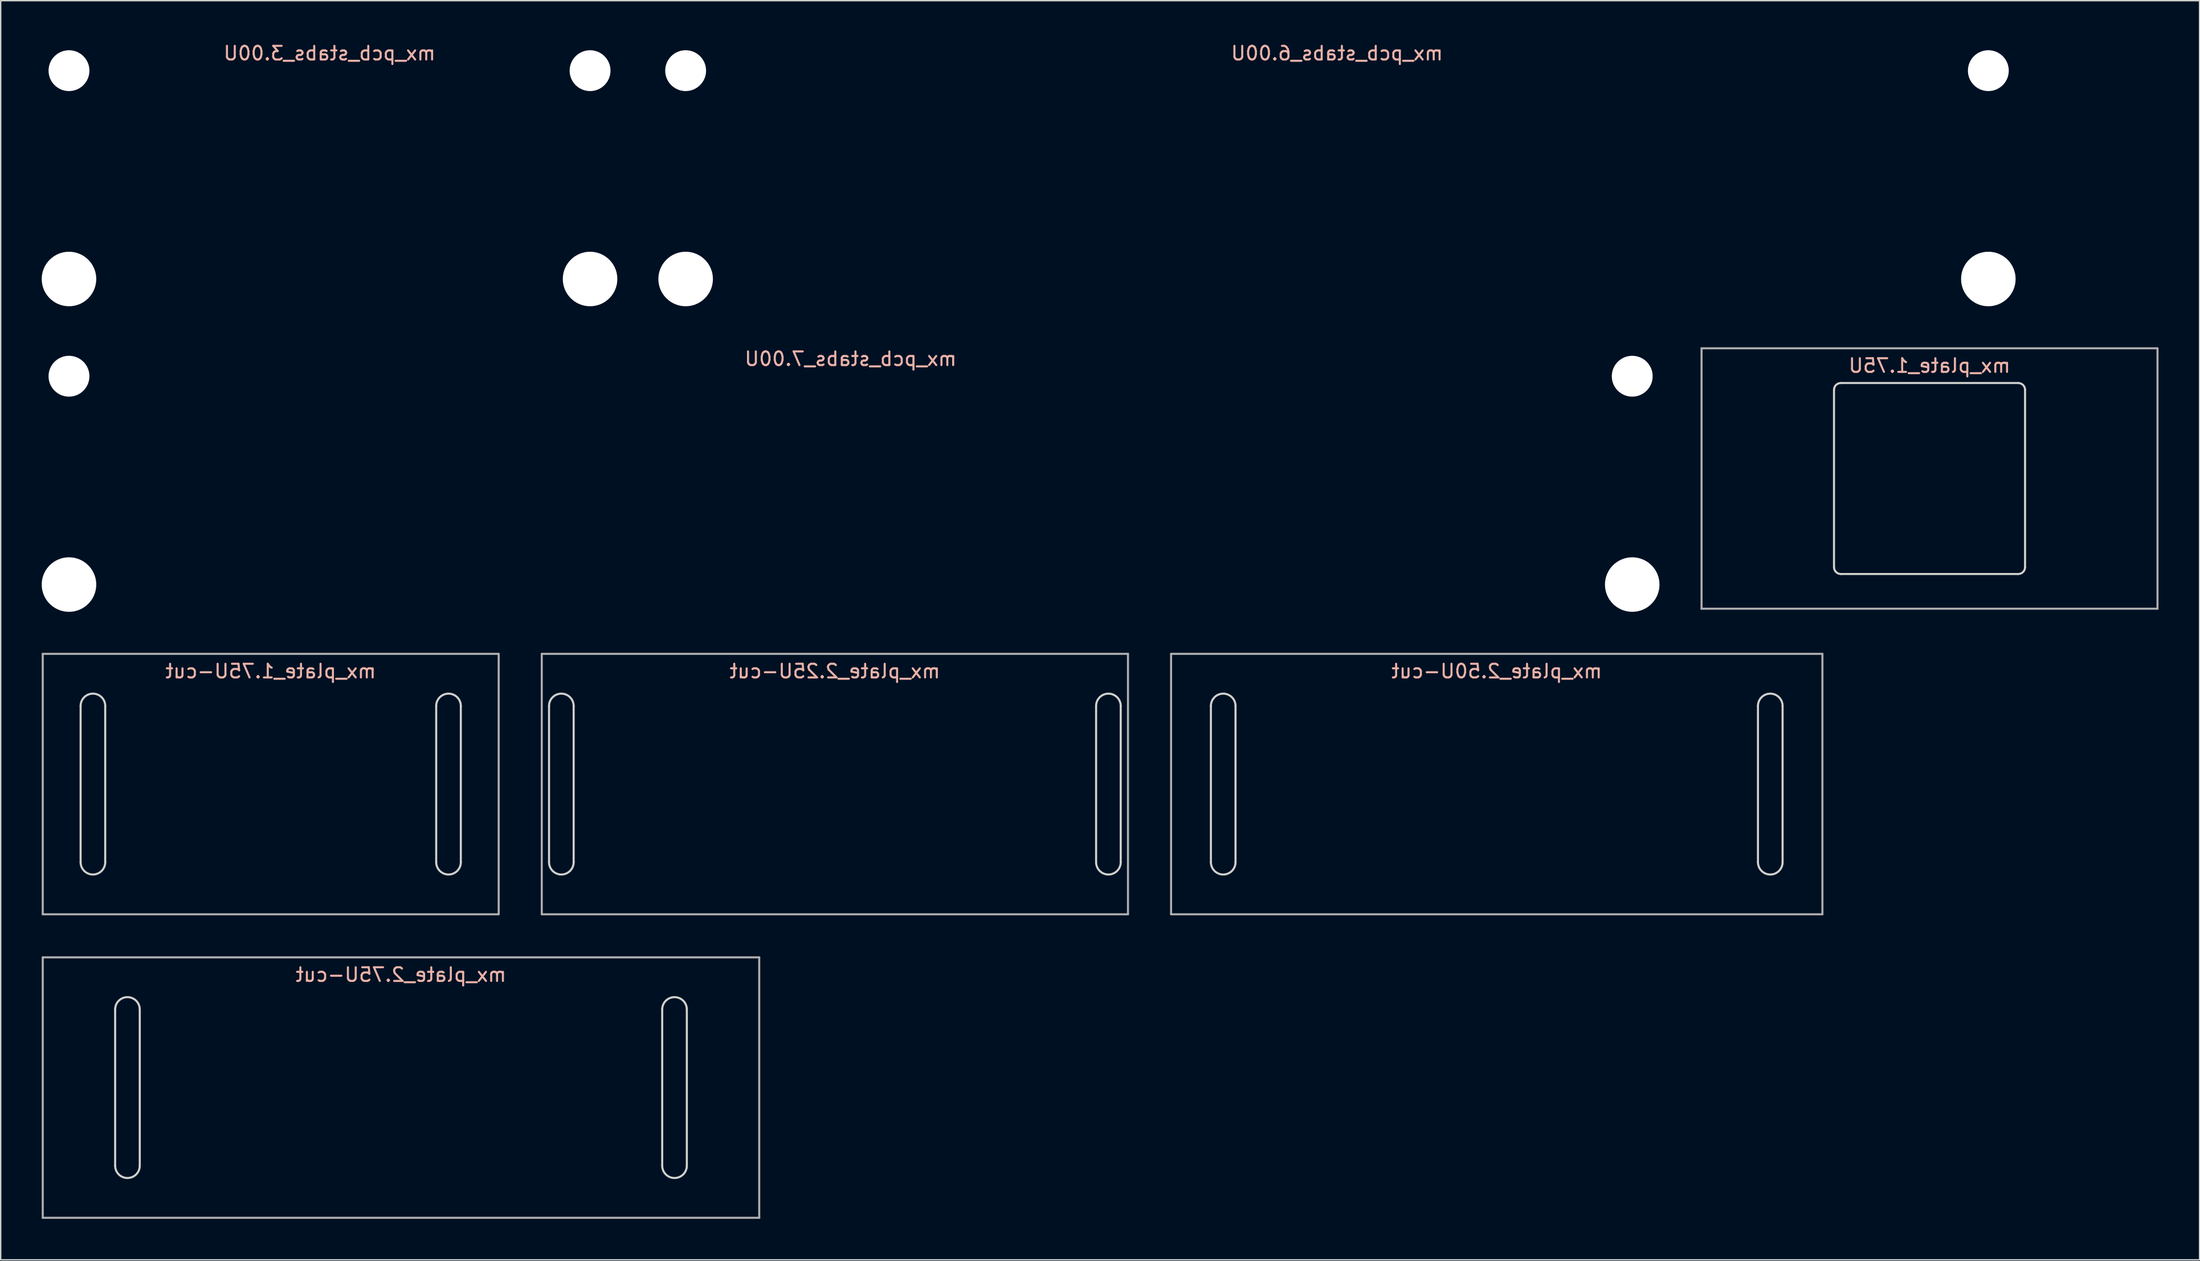
<source format=kicad_pcb>
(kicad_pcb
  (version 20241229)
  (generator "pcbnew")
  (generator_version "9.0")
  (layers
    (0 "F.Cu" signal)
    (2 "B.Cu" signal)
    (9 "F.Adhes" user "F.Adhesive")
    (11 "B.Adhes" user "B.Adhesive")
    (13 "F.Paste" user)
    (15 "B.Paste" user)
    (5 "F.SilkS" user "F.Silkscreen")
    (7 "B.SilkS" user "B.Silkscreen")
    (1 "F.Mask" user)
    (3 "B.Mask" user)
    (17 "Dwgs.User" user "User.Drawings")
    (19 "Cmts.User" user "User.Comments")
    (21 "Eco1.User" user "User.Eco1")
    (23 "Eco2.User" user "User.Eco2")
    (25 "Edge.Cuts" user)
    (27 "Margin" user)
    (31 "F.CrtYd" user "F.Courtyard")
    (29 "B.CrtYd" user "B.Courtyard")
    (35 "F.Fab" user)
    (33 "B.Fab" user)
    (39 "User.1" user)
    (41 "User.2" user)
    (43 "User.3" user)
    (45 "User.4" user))
  (footprint "mx_pcb_stabs_3.00U"
    (layer "F.Cu")
    (at 21.044 9.103)
    (property "Reference" "mx_pcb_stabs_3.00U" (at 0 -8.255 0) (layer "B.SilkS") (effects (font (size 1 1) (thickness 0.15)) (justify mirror)))
    (attr smd)
    (pad "" np_thru_hole circle (at -19.05 -6.985) (size 2.988 2.988) (drill 2.988) (layers "*.Cu" "*.Mask"))
    (pad "" np_thru_hole circle (at -19.05 8.255) (size 3.988 3.988) (drill 3.988) (layers "*.Cu" "*.Mask"))
    (pad "" np_thru_hole circle (at 19.05 -6.985) (size 2.988 2.988) (drill 2.988) (layers "*.Cu" "*.Mask"))
    (pad "" np_thru_hole circle (at 19.05 8.255) (size 3.988 3.988) (drill 3.988) (layers "*.Cu" "*.Mask")))
  (footprint "mx_plate_2.25U-cut"
    (layer "F.Cu")
    (at 57.994 54.304)
    (property "Reference" "mx_plate_2.25U-cut" (at 0 -8.255 0) (layer "B.SilkS") (effects (font (size 1 1) (thickness 0.15)) (justify mirror)))
    (attr smd)
    (fp_line (start -20.9 -5.715) (end -20.9 5.715) (stroke (width 0.15) (type solid)) (layer "Edge.Cuts"))
    (fp_line (start -19.1 -5.715) (end -19.1 5.715) (stroke (width 0.15) (type solid)) (layer "Edge.Cuts"))
    (fp_line (start 19.1 -5.715) (end 19.1 5.715) (stroke (width 0.15) (type solid)) (layer "Edge.Cuts"))
    (fp_line (start 20.9 -5.715) (end 20.9 5.715) (stroke (width 0.15) (type solid)) (layer "Edge.Cuts"))
    (fp_arc (start -20.9 -5.715) (mid -20 -6.615) (end -19.1 -5.715) (stroke (width 0.15) (type solid)) (layer "Edge.Cuts"))
    (fp_arc (start -19.1 5.715) (mid -20 6.615) (end -20.9 5.715) (stroke (width 0.15) (type solid)) (layer "Edge.Cuts"))
    (fp_arc (start 19.1 -5.715) (mid 20 -6.615) (end 20.9 -5.715) (stroke (width 0.15) (type solid)) (layer "Edge.Cuts"))
    (fp_arc (start 20.9 5.715) (mid 20 6.615) (end 19.1 5.715) (stroke (width 0.15) (type solid)) (layer "Edge.Cuts"))
    (fp_line (start -21.431 -9.525) (end 21.431 -9.525) (stroke (width 0.15) (type solid)) (layer "F.Fab"))
    (fp_line (start -21.431 9.525) (end -21.431 -9.525) (stroke (width 0.15) (type solid)) (layer "F.Fab"))
    (fp_line (start 21.431 -9.525) (end 21.431 9.525) (stroke (width 0.15) (type solid)) (layer "F.Fab"))
    (fp_line (start 21.431 9.525) (end -21.431 9.525) (stroke (width 0.15) (type solid)) (layer "F.Fab")))
  (footprint "mx_pcb_stabs_6.00U"
    (layer "F.Cu")
    (at 94.707 9.103)
    (property "Reference" "mx_pcb_stabs_6.00U" (at 0 -8.255 0) (layer "B.SilkS") (effects (font (size 1 1) (thickness 0.15)) (justify mirror)))
    (attr smd)
    (pad "" np_thru_hole circle (at -47.625 -6.985) (size 2.988 2.988) (drill 2.988) (layers "*.Cu" "*.Mask"))
    (pad "" np_thru_hole circle (at -47.625 8.255) (size 3.988 3.988) (drill 3.988) (layers "*.Cu" "*.Mask"))
    (pad "" np_thru_hole circle (at 47.625 -6.985) (size 2.988 2.988) (drill 2.988) (layers "*.Cu" "*.Mask"))
    (pad "" np_thru_hole circle (at 47.625 8.255) (size 3.988 3.988) (drill 3.988) (layers "*.Cu" "*.Mask")))
  (footprint "mx_pcb_stabs_7.00U"
    (layer "F.Cu")
    (at 59.144 31.455)
    (property "Reference" "mx_pcb_stabs_7.00U" (at 0 -8.255 0) (layer "B.SilkS") (effects (font (size 1 1) (thickness 0.15)) (justify mirror)))
    (attr smd)
    (pad "" np_thru_hole circle (at -57.15 -6.985) (size 2.988 2.988) (drill 2.988) (layers "*.Cu" "*.Mask"))
    (pad "" np_thru_hole circle (at -57.15 8.255) (size 3.988 3.988) (drill 3.988) (layers "*.Cu" "*.Mask"))
    (pad "" np_thru_hole circle (at 57.15 -6.985) (size 2.988 2.988) (drill 2.988) (layers "*.Cu" "*.Mask"))
    (pad "" np_thru_hole circle (at 57.15 8.255) (size 3.988 3.988) (drill 3.988) (layers "*.Cu" "*.Mask")))
  (footprint "mx_plate_2.75U-cut"
    (layer "F.Cu")
    (at 26.269 76.504)
    (property "Reference" "mx_plate_2.75U-cut" (at 0 -8.255 0) (layer "B.SilkS") (effects (font (size 1 1) (thickness 0.15)) (justify mirror)))
    (attr smd)
    (fp_line (start -20.9 -5.715) (end -20.9 5.715) (stroke (width 0.15) (type solid)) (layer "Edge.Cuts"))
    (fp_line (start -19.1 -5.715) (end -19.1 5.715) (stroke (width 0.15) (type solid)) (layer "Edge.Cuts"))
    (fp_line (start 19.1 -5.715) (end 19.1 5.715) (stroke (width 0.15) (type solid)) (layer "Edge.Cuts"))
    (fp_line (start 20.9 -5.715) (end 20.9 5.715) (stroke (width 0.15) (type solid)) (layer "Edge.Cuts"))
    (fp_arc (start -20.9 -5.715) (mid -20 -6.615) (end -19.1 -5.715) (stroke (width 0.15) (type solid)) (layer "Edge.Cuts"))
    (fp_arc (start -19.1 5.715) (mid -20 6.615) (end -20.9 5.715) (stroke (width 0.15) (type solid)) (layer "Edge.Cuts"))
    (fp_arc (start 19.1 -5.715) (mid 20 -6.615) (end 20.9 -5.715) (stroke (width 0.15) (type solid)) (layer "Edge.Cuts"))
    (fp_arc (start 20.9 5.715) (mid 20 6.615) (end 19.1 5.715) (stroke (width 0.15) (type solid)) (layer "Edge.Cuts"))
    (fp_line (start -26.194 -9.525) (end 26.194 -9.525) (stroke (width 0.15) (type solid)) (layer "F.Fab"))
    (fp_line (start -26.194 9.525) (end -26.194 -9.525) (stroke (width 0.15) (type solid)) (layer "F.Fab"))
    (fp_line (start 26.194 -9.525) (end 26.194 9.525) (stroke (width 0.15) (type solid)) (layer "F.Fab"))
    (fp_line (start 26.194 9.525) (end -26.194 9.525) (stroke (width 0.15) (type solid)) (layer "F.Fab")))
  (footprint "mx_plate_2.50U-cut"
    (layer "F.Cu")
    (at 106.388 54.304)
    (property "Reference" "mx_plate_2.50U-cut" (at 0 -8.255 0) (layer "B.SilkS") (effects (font (size 1 1) (thickness 0.15)) (justify mirror)))
    (attr smd)
    (fp_line (start -20.9 -5.715) (end -20.9 5.715) (stroke (width 0.15) (type solid)) (layer "Edge.Cuts"))
    (fp_line (start -19.1 -5.715) (end -19.1 5.715) (stroke (width 0.15) (type solid)) (layer "Edge.Cuts"))
    (fp_line (start 19.1 -5.715) (end 19.1 5.715) (stroke (width 0.15) (type solid)) (layer "Edge.Cuts"))
    (fp_line (start 20.9 -5.715) (end 20.9 5.715) (stroke (width 0.15) (type solid)) (layer "Edge.Cuts"))
    (fp_arc (start -20.9 -5.715) (mid -20 -6.615) (end -19.1 -5.715) (stroke (width 0.15) (type solid)) (layer "Edge.Cuts"))
    (fp_arc (start -19.1 5.715) (mid -20 6.615) (end -20.9 5.715) (stroke (width 0.15) (type solid)) (layer "Edge.Cuts"))
    (fp_arc (start 19.1 -5.715) (mid 20 -6.615) (end 20.9 -5.715) (stroke (width 0.15) (type solid)) (layer "Edge.Cuts"))
    (fp_arc (start 20.9 5.715) (mid 20 6.615) (end 19.1 5.715) (stroke (width 0.15) (type solid)) (layer "Edge.Cuts"))
    (fp_line (start -23.812 -9.525) (end 23.812 -9.525) (stroke (width 0.15) (type solid)) (layer "F.Fab"))
    (fp_line (start -23.812 9.525) (end -23.812 -9.525) (stroke (width 0.15) (type solid)) (layer "F.Fab"))
    (fp_line (start 23.812 -9.525) (end 23.812 9.525) (stroke (width 0.15) (type solid)) (layer "F.Fab"))
    (fp_line (start 23.812 9.525) (end -23.812 9.525) (stroke (width 0.15) (type solid)) (layer "F.Fab")))
  (footprint "mx_plate_1.75U-cut"
    (layer "F.Cu")
    (at 16.744 54.304)
    (property "Reference" "mx_plate_1.75U-cut" (at 0 -8.255 0) (layer "B.SilkS") (effects (font (size 1 1) (thickness 0.15)) (justify mirror)))
    (attr smd)
    (fp_line (start -13.9 -5.715) (end -13.9 5.715) (stroke (width 0.15) (type solid)) (layer "Edge.Cuts"))
    (fp_line (start -12.1 -5.715) (end -12.1 5.715) (stroke (width 0.15) (type solid)) (layer "Edge.Cuts"))
    (fp_line (start 12.1 -5.715) (end 12.1 5.715) (stroke (width 0.15) (type solid)) (layer "Edge.Cuts"))
    (fp_line (start 13.9 -5.715) (end 13.9 5.715) (stroke (width 0.15) (type solid)) (layer "Edge.Cuts"))
    (fp_arc (start -13.9 -5.715) (mid -13 -6.615) (end -12.1 -5.715) (stroke (width 0.15) (type solid)) (layer "Edge.Cuts"))
    (fp_arc (start -12.1 5.715) (mid -13 6.615) (end -13.9 5.715) (stroke (width 0.15) (type solid)) (layer "Edge.Cuts"))
    (fp_arc (start 12.1 -5.715) (mid 13 -6.615) (end 13.9 -5.715) (stroke (width 0.15) (type solid)) (layer "Edge.Cuts"))
    (fp_arc (start 13.9 5.715) (mid 13 6.615) (end 12.1 5.715) (stroke (width 0.15) (type solid)) (layer "Edge.Cuts"))
    (fp_line (start -16.669 -9.525) (end 16.669 -9.525) (stroke (width 0.15) (type solid)) (layer "F.Fab"))
    (fp_line (start -16.669 9.525) (end -16.669 -9.525) (stroke (width 0.15) (type solid)) (layer "F.Fab"))
    (fp_line (start 16.669 -9.525) (end 16.669 9.525) (stroke (width 0.15) (type solid)) (layer "F.Fab"))
    (fp_line (start 16.669 9.525) (end -16.669 9.525) (stroke (width 0.15) (type solid)) (layer "F.Fab")))
  (footprint "mx_plate_1.75U"
    (layer "F.Cu")
    (at 138.032 31.952)
    (property "Reference" "mx_plate_1.75U" (at 0 -8.255 0) (layer "B.SilkS") (effects (font (size 1 1) (thickness 0.15)) (justify mirror)))
    (attr smd)
    (fp_line (start -6.985 6.485) (end -6.985 -6.485) (stroke (width 0.15) (type solid)) (layer "Edge.Cuts"))
    (fp_line (start -6.485 -6.985) (end 6.485 -6.985) (stroke (width 0.15) (type solid)) (layer "Edge.Cuts"))
    (fp_line (start 6.485 6.985) (end -6.485 6.985) (stroke (width 0.15) (type solid)) (layer "Edge.Cuts"))
    (fp_line (start 6.985 -6.485) (end 6.985 6.485) (stroke (width 0.15) (type solid)) (layer "Edge.Cuts"))
    (fp_arc (start -6.985 -6.485) (mid -6.838553 -6.838553) (end -6.485 -6.985) (stroke (width 0.15) (type solid)) (layer "Edge.Cuts"))
    (fp_arc (start -6.485 6.985) (mid -6.838553 6.838553) (end -6.985 6.485) (stroke (width 0.15) (type solid)) (layer "Edge.Cuts"))
    (fp_arc (start 6.485 -6.985) (mid 6.838553 -6.838553) (end 6.985 -6.485) (stroke (width 0.15) (type solid)) (layer "Edge.Cuts"))
    (fp_arc (start 6.985 6.485) (mid 6.838553 6.838553) (end 6.485 6.985) (stroke (width 0.15) (type solid)) (layer "Edge.Cuts"))
    (fp_line (start -16.669 -9.525) (end 16.669 -9.525) (stroke (width 0.15) (type solid)) (layer "F.Fab"))
    (fp_line (start -16.669 9.525) (end -16.669 -9.525) (stroke (width 0.15) (type solid)) (layer "F.Fab"))
    (fp_line (start 16.669 -9.525) (end 16.669 9.525) (stroke (width 0.15) (type solid)) (layer "F.Fab"))
    (fp_line (start 16.669 9.525) (end -16.669 9.525) (stroke (width 0.15) (type solid)) (layer "F.Fab")))
  (gr_rect
    (start -3 -3)
    (end 157.775 89.104)
    (stroke (width 0.1) (type default))
    (fill no)
    (layer "Edge.Cuts")))
</source>
